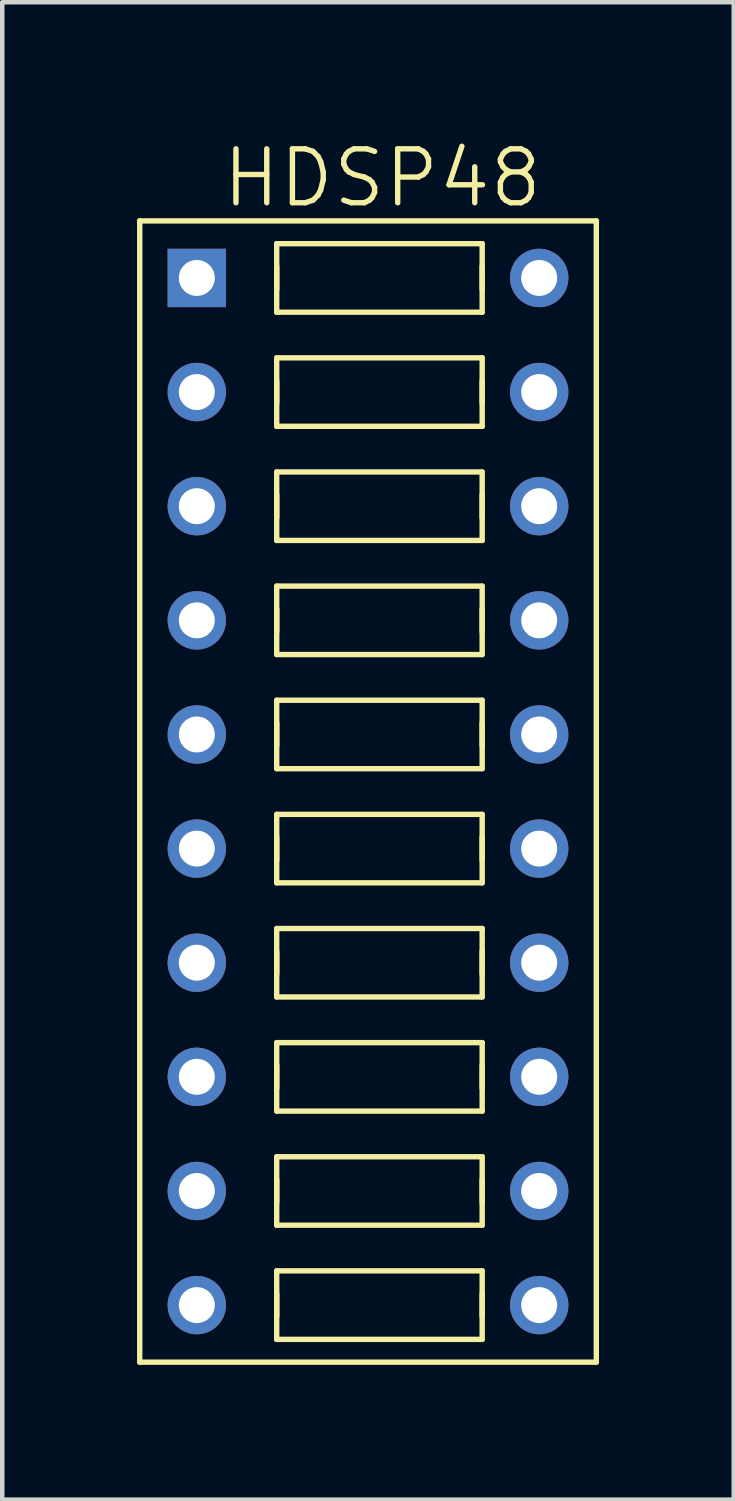
<source format=kicad_pcb>
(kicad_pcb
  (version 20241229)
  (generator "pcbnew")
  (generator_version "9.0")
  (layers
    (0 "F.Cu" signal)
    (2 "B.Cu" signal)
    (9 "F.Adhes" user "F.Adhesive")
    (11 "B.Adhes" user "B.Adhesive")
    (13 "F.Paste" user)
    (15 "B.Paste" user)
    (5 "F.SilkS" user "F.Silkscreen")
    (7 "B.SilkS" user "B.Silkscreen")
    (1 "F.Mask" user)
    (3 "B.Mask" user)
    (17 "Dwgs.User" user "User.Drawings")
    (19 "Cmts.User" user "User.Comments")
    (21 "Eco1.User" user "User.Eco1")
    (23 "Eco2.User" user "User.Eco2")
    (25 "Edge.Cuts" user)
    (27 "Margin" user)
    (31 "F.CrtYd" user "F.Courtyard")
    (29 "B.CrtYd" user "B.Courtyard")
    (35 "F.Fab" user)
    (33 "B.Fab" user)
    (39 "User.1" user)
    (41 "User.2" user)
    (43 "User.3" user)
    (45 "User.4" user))
  (footprint "HDSP48"
    (layer "F.Cu")
    (at 3.553 12.343)
    (property "Reference" "HDSP48" (at 1.905 -11.43 0) (layer "F.SilkS") (effects (font (size 1.2 1.2) (thickness 0.12))))
    (attr through_hole)
    (fp_line (start -3.493 -10.477) (end 6.668 -10.477) (stroke (width 0.12) (type solid)) (layer "F.SilkS"))
    (fp_line (start -3.493 14.922) (end -3.493 -10.477) (stroke (width 0.12) (type solid)) (layer "F.SilkS"))
    (fp_line (start -0.445 -9.97) (end 4.128 -9.97) (stroke (width 0.12) (type solid)) (layer "F.SilkS"))
    (fp_line (start -0.445 -8.954) (end -0.445 -9.461) (stroke (width 0.12) (type solid)) (layer "F.SilkS"))
    (fp_line (start -0.445 -8.445) (end -0.445 -9.97) (stroke (width 0.12) (type solid)) (layer "F.SilkS"))
    (fp_line (start -0.445 -7.429) (end 4.128 -7.429) (stroke (width 0.12) (type solid)) (layer "F.SilkS"))
    (fp_line (start -0.445 -6.921) (end -0.445 -6.413) (stroke (width 0.12) (type solid)) (layer "F.SilkS"))
    (fp_line (start -0.445 -5.905) (end -0.445 -7.429) (stroke (width 0.12) (type solid)) (layer "F.SilkS"))
    (fp_line (start -0.445 -4.889) (end 4.128 -4.889) (stroke (width 0.12) (type solid)) (layer "F.SilkS"))
    (fp_line (start -0.445 -4.381) (end -0.445 -3.873) (stroke (width 0.12) (type solid)) (layer "F.SilkS"))
    (fp_line (start -0.445 -3.365) (end -0.445 -4.889) (stroke (width 0.12) (type solid)) (layer "F.SilkS"))
    (fp_line (start -0.445 -2.349) (end -0.445 -0.826) (stroke (width 0.12) (type solid)) (layer "F.SilkS"))
    (fp_line (start -0.445 -1.841) (end -0.445 -1.333) (stroke (width 0.12) (type solid)) (layer "F.SilkS"))
    (fp_line (start -0.445 -0.826) (end 4.128 -0.826) (stroke (width 0.12) (type solid)) (layer "F.SilkS"))
    (fp_line (start -0.445 0.191) (end 4.128 0.191) (stroke (width 0.12) (type solid)) (layer "F.SilkS"))
    (fp_line (start -0.445 0.699) (end -0.445 1.206) (stroke (width 0.12) (type solid)) (layer "F.SilkS"))
    (fp_line (start -0.445 1.714) (end -0.445 0.191) (stroke (width 0.12) (type solid)) (layer "F.SilkS"))
    (fp_line (start -0.445 2.731) (end 4.128 2.731) (stroke (width 0.12) (type solid)) (layer "F.SilkS"))
    (fp_line (start -0.445 3.239) (end -0.445 3.747) (stroke (width 0.12) (type solid)) (layer "F.SilkS"))
    (fp_line (start -0.445 4.255) (end -0.445 2.731) (stroke (width 0.12) (type solid)) (layer "F.SilkS"))
    (fp_line (start -0.445 5.271) (end 4.128 5.271) (stroke (width 0.12) (type solid)) (layer "F.SilkS"))
    (fp_line (start -0.445 5.779) (end -0.445 6.287) (stroke (width 0.12) (type solid)) (layer "F.SilkS"))
    (fp_line (start -0.445 6.795) (end -0.445 5.271) (stroke (width 0.12) (type solid)) (layer "F.SilkS"))
    (fp_line (start -0.445 7.811) (end 4.128 7.811) (stroke (width 0.12) (type solid)) (layer "F.SilkS"))
    (fp_line (start -0.445 8.319) (end -0.445 8.826) (stroke (width 0.12) (type solid)) (layer "F.SilkS"))
    (fp_line (start -0.445 9.335) (end -0.445 7.811) (stroke (width 0.12) (type solid)) (layer "F.SilkS"))
    (fp_line (start -0.445 10.351) (end 4.128 10.351) (stroke (width 0.12) (type solid)) (layer "F.SilkS"))
    (fp_line (start -0.445 10.858) (end -0.445 11.367) (stroke (width 0.12) (type solid)) (layer "F.SilkS"))
    (fp_line (start -0.445 11.874) (end -0.445 10.351) (stroke (width 0.12) (type solid)) (layer "F.SilkS"))
    (fp_line (start -0.445 12.89) (end 4.128 12.89) (stroke (width 0.12) (type solid)) (layer "F.SilkS"))
    (fp_line (start -0.445 13.399) (end -0.445 13.906) (stroke (width 0.12) (type solid)) (layer "F.SilkS"))
    (fp_line (start -0.445 14.415) (end -0.445 12.89) (stroke (width 0.12) (type solid)) (layer "F.SilkS"))
    (fp_line (start 4.128 -9.97) (end 4.128 -8.445) (stroke (width 0.12) (type solid)) (layer "F.SilkS"))
    (fp_line (start 4.128 -9.461) (end 4.128 -8.954) (stroke (width 0.12) (type solid)) (layer "F.SilkS"))
    (fp_line (start 4.128 -8.445) (end -0.445 -8.445) (stroke (width 0.12) (type solid)) (layer "F.SilkS"))
    (fp_line (start 4.128 -7.429) (end 4.128 -5.905) (stroke (width 0.12) (type solid)) (layer "F.SilkS"))
    (fp_line (start 4.128 -6.413) (end 4.128 -6.921) (stroke (width 0.12) (type solid)) (layer "F.SilkS"))
    (fp_line (start 4.128 -5.905) (end -0.445 -5.905) (stroke (width 0.12) (type solid)) (layer "F.SilkS"))
    (fp_line (start 4.128 -4.889) (end 4.128 -3.365) (stroke (width 0.12) (type solid)) (layer "F.SilkS"))
    (fp_line (start 4.128 -3.873) (end 4.128 -4.381) (stroke (width 0.12) (type solid)) (layer "F.SilkS"))
    (fp_line (start 4.128 -3.365) (end -0.445 -3.365) (stroke (width 0.12) (type solid)) (layer "F.SilkS"))
    (fp_line (start 4.128 -2.349) (end -0.445 -2.349) (stroke (width 0.12) (type solid)) (layer "F.SilkS"))
    (fp_line (start 4.128 -1.333) (end 4.128 -1.841) (stroke (width 0.12) (type solid)) (layer "F.SilkS"))
    (fp_line (start 4.128 -0.826) (end 4.128 -2.349) (stroke (width 0.12) (type solid)) (layer "F.SilkS"))
    (fp_line (start 4.128 0.191) (end 4.128 1.714) (stroke (width 0.12) (type solid)) (layer "F.SilkS"))
    (fp_line (start 4.128 1.206) (end 4.128 0.699) (stroke (width 0.12) (type solid)) (layer "F.SilkS"))
    (fp_line (start 4.128 1.714) (end -0.445 1.714) (stroke (width 0.12) (type solid)) (layer "F.SilkS"))
    (fp_line (start 4.128 2.731) (end 4.128 4.255) (stroke (width 0.12) (type solid)) (layer "F.SilkS"))
    (fp_line (start 4.128 3.747) (end 4.128 3.239) (stroke (width 0.12) (type solid)) (layer "F.SilkS"))
    (fp_line (start 4.128 4.255) (end -0.445 4.255) (stroke (width 0.12) (type solid)) (layer "F.SilkS"))
    (fp_line (start 4.128 5.271) (end 4.128 6.795) (stroke (width 0.12) (type solid)) (layer "F.SilkS"))
    (fp_line (start 4.128 6.287) (end 4.128 5.779) (stroke (width 0.12) (type solid)) (layer "F.SilkS"))
    (fp_line (start 4.128 6.795) (end -0.445 6.795) (stroke (width 0.12) (type solid)) (layer "F.SilkS"))
    (fp_line (start 4.128 7.811) (end 4.128 9.335) (stroke (width 0.12) (type solid)) (layer "F.SilkS"))
    (fp_line (start 4.128 8.826) (end 4.128 8.319) (stroke (width 0.12) (type solid)) (layer "F.SilkS"))
    (fp_line (start 4.128 9.335) (end -0.445 9.335) (stroke (width 0.12) (type solid)) (layer "F.SilkS"))
    (fp_line (start 4.128 10.351) (end 4.128 11.874) (stroke (width 0.12) (type solid)) (layer "F.SilkS"))
    (fp_line (start 4.128 11.367) (end 4.128 10.858) (stroke (width 0.12) (type solid)) (layer "F.SilkS"))
    (fp_line (start 4.128 11.874) (end -0.445 11.874) (stroke (width 0.12) (type solid)) (layer "F.SilkS"))
    (fp_line (start 4.128 12.89) (end 4.128 14.415) (stroke (width 0.12) (type solid)) (layer "F.SilkS"))
    (fp_line (start 4.128 13.906) (end 4.128 13.399) (stroke (width 0.12) (type solid)) (layer "F.SilkS"))
    (fp_line (start 4.128 14.415) (end -0.445 14.415) (stroke (width 0.12) (type solid)) (layer "F.SilkS"))
    (fp_line (start 6.668 -10.477) (end 6.668 14.922) (stroke (width 0.12) (type solid)) (layer "F.SilkS"))
    (fp_line (start 6.668 14.922) (end -3.493 14.922) (stroke (width 0.12) (type solid)) (layer "F.SilkS"))
    (pad "1" thru_hole rect (at -2.223 -9.207 270) (size 1.3 1.3) (drill 0.8) (layers "*.Cu" "*.Mask"))
    (pad "2" thru_hole circle (at -2.223 -6.668 270) (size 1.3 1.3) (drill 0.8) (layers "*.Cu" "*.Mask"))
    (pad "3" thru_hole circle (at -2.223 -4.128 270) (size 1.3 1.3) (drill 0.8) (layers "*.Cu" "*.Mask"))
    (pad "4" thru_hole circle (at -2.223 -1.587 270) (size 1.3 1.3) (drill 0.8) (layers "*.Cu" "*.Mask"))
    (pad "5" thru_hole circle (at -2.223 0.953 270) (size 1.3 1.3) (drill 0.8) (layers "*.Cu" "*.Mask"))
    (pad "6" thru_hole circle (at -2.223 3.493 270) (size 1.3 1.3) (drill 0.8) (layers "*.Cu" "*.Mask"))
    (pad "7" thru_hole circle (at -2.223 6.032 270) (size 1.3 1.3) (drill 0.8) (layers "*.Cu" "*.Mask"))
    (pad "8" thru_hole circle (at -2.223 8.572 270) (size 1.3 1.3) (drill 0.8) (layers "*.Cu" "*.Mask"))
    (pad "9" thru_hole circle (at -2.223 11.113 270) (size 1.3 1.3) (drill 0.8) (layers "*.Cu" "*.Mask"))
    (pad "10" thru_hole circle (at -2.223 13.652 270) (size 1.3 1.3) (drill 0.8) (layers "*.Cu" "*.Mask"))
    (pad "11" thru_hole circle (at 5.397 13.652 270) (size 1.3 1.3) (drill 0.8) (layers "*.Cu" "*.Mask"))
    (pad "12" thru_hole circle (at 5.397 11.113 270) (size 1.3 1.3) (drill 0.8) (layers "*.Cu" "*.Mask"))
    (pad "13" thru_hole circle (at 5.397 8.572 270) (size 1.3 1.3) (drill 0.8) (layers "*.Cu" "*.Mask"))
    (pad "14" thru_hole circle (at 5.397 6.032 270) (size 1.3 1.3) (drill 0.8) (layers "*.Cu" "*.Mask"))
    (pad "15" thru_hole circle (at 5.397 3.493 270) (size 1.3 1.3) (drill 0.8) (layers "*.Cu" "*.Mask"))
    (pad "16" thru_hole circle (at 5.397 0.953 270) (size 1.3 1.3) (drill 0.8) (layers "*.Cu" "*.Mask"))
    (pad "17" thru_hole circle (at 5.397 -1.587 270) (size 1.3 1.3) (drill 0.8) (layers "*.Cu" "*.Mask"))
    (pad "18" thru_hole circle (at 5.397 -4.128 270) (size 1.3 1.3) (drill 0.8) (layers "*.Cu" "*.Mask"))
    (pad "19" thru_hole circle (at 5.397 -6.668 270) (size 1.3 1.3) (drill 0.8) (layers "*.Cu" "*.Mask"))
    (pad "20" thru_hole circle (at 5.397 -9.207 270) (size 1.3 1.3) (drill 0.8) (layers "*.Cu" "*.Mask")))
  (gr_rect
    (start -3 -3)
    (end 13.28 30.325)
    (stroke (width 0.1) (type default))
    (fill no)
    (layer "Edge.Cuts")))
</source>
